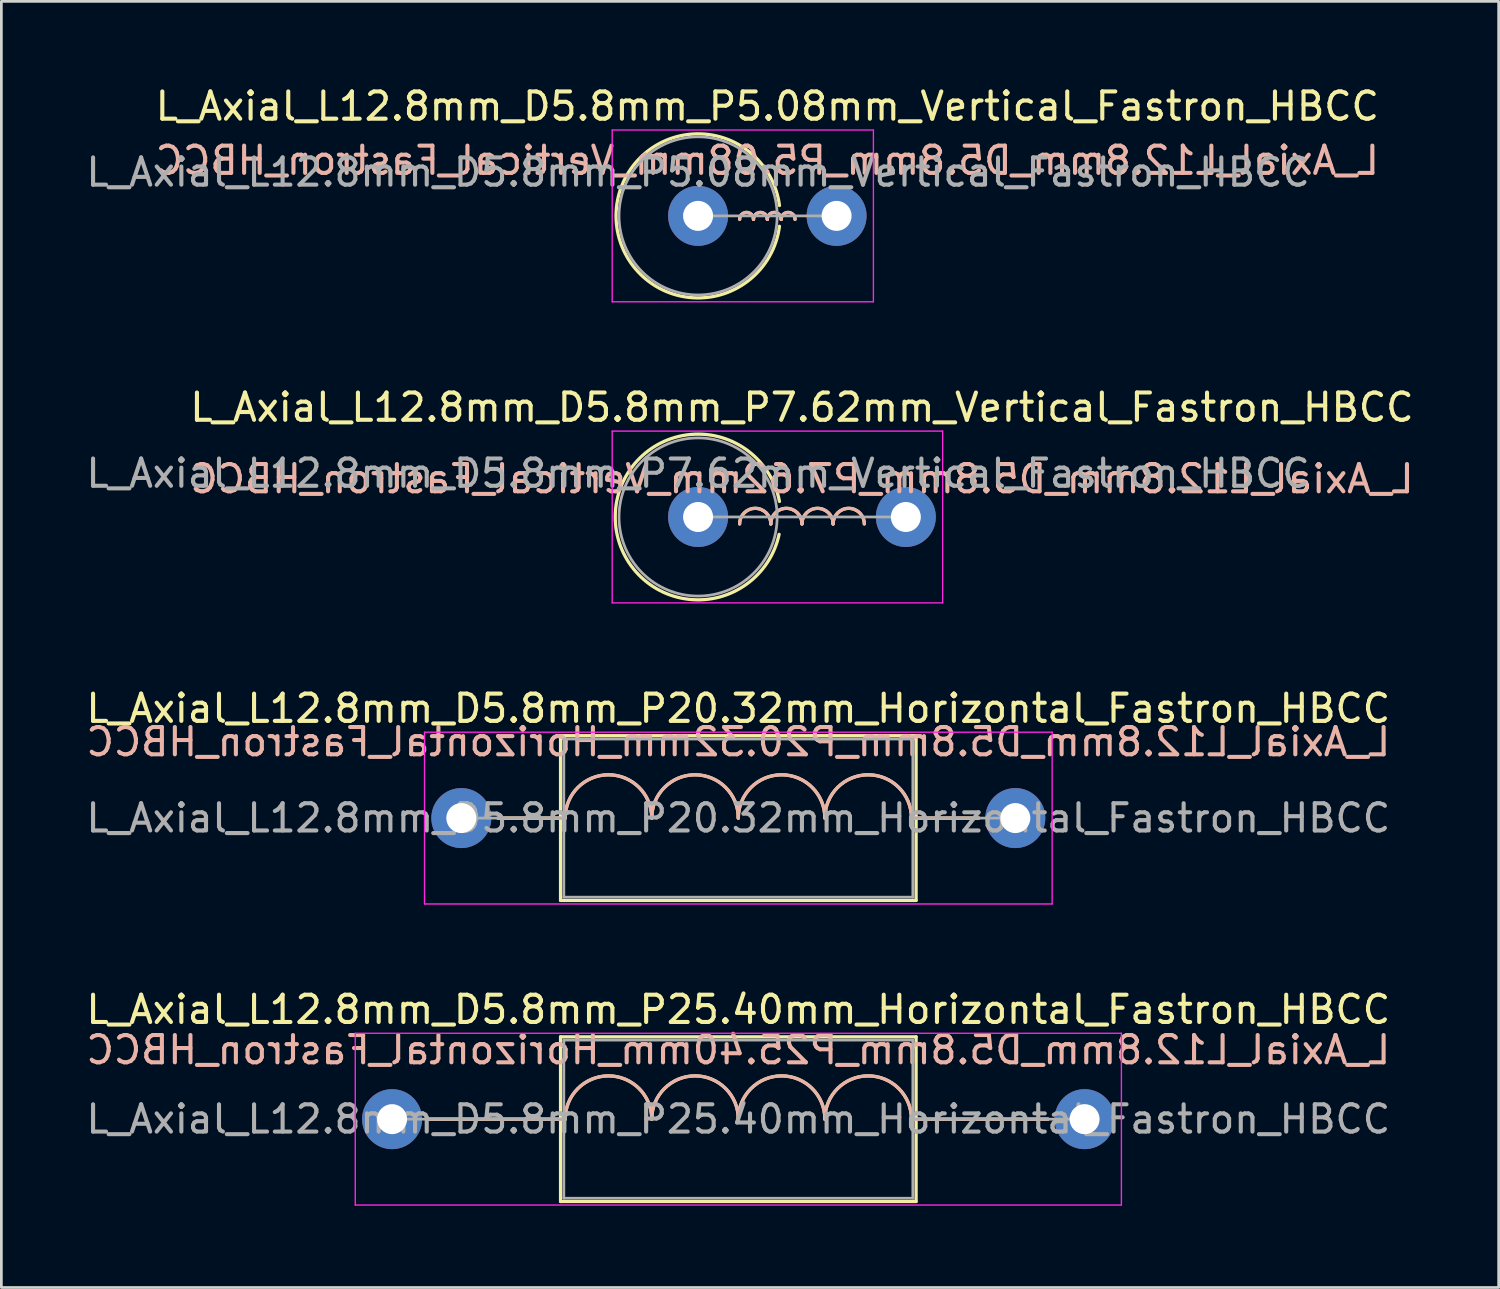
<source format=kicad_pcb>
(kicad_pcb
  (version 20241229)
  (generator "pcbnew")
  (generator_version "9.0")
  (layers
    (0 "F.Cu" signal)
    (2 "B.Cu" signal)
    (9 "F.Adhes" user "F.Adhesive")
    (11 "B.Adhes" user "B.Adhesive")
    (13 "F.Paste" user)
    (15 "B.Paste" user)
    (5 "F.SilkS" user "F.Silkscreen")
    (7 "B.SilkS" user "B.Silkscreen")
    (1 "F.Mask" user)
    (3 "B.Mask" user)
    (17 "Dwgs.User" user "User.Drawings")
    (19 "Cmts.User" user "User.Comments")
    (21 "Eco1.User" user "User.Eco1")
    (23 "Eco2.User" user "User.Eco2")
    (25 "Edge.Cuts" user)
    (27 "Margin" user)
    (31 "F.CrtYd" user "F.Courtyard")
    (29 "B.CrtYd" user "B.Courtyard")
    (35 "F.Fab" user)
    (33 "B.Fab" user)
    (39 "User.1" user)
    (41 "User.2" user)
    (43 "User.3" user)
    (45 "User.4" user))
  (footprint "L_Axial_L12.8mm_D5.8mm_P25.40mm_Horizontal_Fastron_HBCC"
    (layer "F.Cu")
    (at 11.33 37.998)
    (property "Reference" "L_Axial_L12.8mm_D5.8mm_P25.40mm_Horizontal_Fastron_HBCC" (at 12.7 -4.02 0) (layer "F.SilkS") (effects (font (size 1 1) (thickness 0.15))))
    (fp_line (start 1.34 0) (end 6.18 0) (stroke (width 0.12) (type solid)) (layer "F.SilkS"))
    (fp_line (start 6.18 -3.02) (end 6.18 3.02) (stroke (width 0.12) (type solid)) (layer "F.SilkS"))
    (fp_line (start 6.18 3.02) (end 19.22 3.02) (stroke (width 0.12) (type solid)) (layer "F.SilkS"))
    (fp_line (start 6.35 0) (end 6.16 0) (stroke (width 0.12) (type solid)) (layer "F.SilkS"))
    (fp_line (start 19.05 0) (end 19.22 0) (stroke (width 0.12) (type solid)) (layer "F.SilkS"))
    (fp_line (start 19.22 -3.02) (end 6.18 -3.02) (stroke (width 0.12) (type solid)) (layer "F.SilkS"))
    (fp_line (start 19.22 3.02) (end 19.22 -3.02) (stroke (width 0.12) (type solid)) (layer "F.SilkS"))
    (fp_line (start 24.06 0) (end 19.22 0) (stroke (width 0.12) (type solid)) (layer "F.SilkS"))
    (fp_arc (start 6.35 0) (mid 7.9375 -1.5875) (end 9.525 0) (stroke (width 0.12) (type solid)) (layer "F.SilkS"))
    (fp_arc (start 9.525 0) (mid 11.1125 -1.5875) (end 12.7 0) (stroke (width 0.12) (type solid)) (layer "F.SilkS"))
    (fp_arc (start 12.7 0) (mid 14.2875 -1.5875) (end 15.875 0) (stroke (width 0.12) (type solid)) (layer "F.SilkS"))
    (fp_arc (start 15.875 0) (mid 17.4625 -1.5875) (end 19.05 0) (stroke (width 0.12) (type solid)) (layer "F.SilkS"))
    (fp_line (start 1.34 0) (end 6.18 0) (stroke (width 0.12) (type solid)) (layer "B.SilkS"))
    (fp_line (start 6.35 0) (end 6.18 0) (stroke (width 0.12) (type solid)) (layer "B.SilkS"))
    (fp_line (start 19.05 0) (end 19.241 0) (stroke (width 0.12) (type solid)) (layer "B.SilkS"))
    (fp_line (start 24.06 0) (end 19.22 0) (stroke (width 0.12) (type solid)) (layer "B.SilkS"))
    (fp_arc (start 6.35 0) (mid 7.9375 -1.5875) (end 9.525 0) (stroke (width 0.12) (type solid)) (layer "B.SilkS"))
    (fp_arc (start 9.525 0) (mid 11.1125 -1.5875) (end 12.7 0) (stroke (width 0.12) (type solid)) (layer "B.SilkS"))
    (fp_arc (start 12.7 0) (mid 14.2875 -1.5875) (end 15.875 0) (stroke (width 0.12) (type solid)) (layer "B.SilkS"))
    (fp_arc (start 15.875 0) (mid 17.4625 -1.5875) (end 19.05 0) (stroke (width 0.12) (type solid)) (layer "B.SilkS"))
    (fp_line (start -1.35 -3.15) (end -1.35 3.15) (stroke (width 0.05) (type solid)) (layer "F.CrtYd"))
    (fp_line (start -1.35 3.15) (end 26.75 3.15) (stroke (width 0.05) (type solid)) (layer "F.CrtYd"))
    (fp_line (start 26.75 -3.15) (end -1.35 -3.15) (stroke (width 0.05) (type solid)) (layer "F.CrtYd"))
    (fp_line (start 26.75 3.15) (end 26.75 -3.15) (stroke (width 0.05) (type solid)) (layer "F.CrtYd"))
    (fp_line (start 0 0) (end 6.3 0) (stroke (width 0.1) (type solid)) (layer "F.Fab"))
    (fp_line (start 6.3 -2.9) (end 6.3 2.9) (stroke (width 0.1) (type solid)) (layer "F.Fab"))
    (fp_line (start 6.3 2.9) (end 19.1 2.9) (stroke (width 0.1) (type solid)) (layer "F.Fab"))
    (fp_line (start 19.1 -2.9) (end 6.3 -2.9) (stroke (width 0.1) (type solid)) (layer "F.Fab"))
    (fp_line (start 19.1 2.9) (end 19.1 -2.9) (stroke (width 0.1) (type solid)) (layer "F.Fab"))
    (fp_line (start 25.4 0) (end 19.1 0) (stroke (width 0.1) (type solid)) (layer "F.Fab"))
    (fp_text user "${REFERENCE}" (at 12.7 -2.54 0) (layer "B.SilkS") (effects (font (size 1 1) (thickness 0.15)) (justify mirror)))
    (fp_text user "${REFERENCE}" (at 12.7 0 0) (layer "F.Fab") (effects (font (size 1 1) (thickness 0.15))))
    (pad "1" thru_hole circle (at 0 0) (size 2.2 2.2) (drill 1.1) (layers "*.Cu" "*.Mask"))
    (pad "2" thru_hole oval (at 25.4 0) (size 2.2 2.2) (drill 1.1) (layers "*.Cu" "*.Mask")))
  (footprint "L_Axial_L12.8mm_D5.8mm_P20.32mm_Horizontal_Fastron_HBCC"
    (layer "F.Cu")
    (at 13.87 26.955)
    (property "Reference" "L_Axial_L12.8mm_D5.8mm_P20.32mm_Horizontal_Fastron_HBCC" (at 10.16 -4.02 0) (layer "F.SilkS") (effects (font (size 1 1) (thickness 0.15))))
    (fp_line (start 1.34 0) (end 3.64 0) (stroke (width 0.12) (type solid)) (layer "F.SilkS"))
    (fp_line (start 3.64 -3.02) (end 3.64 3.02) (stroke (width 0.12) (type solid)) (layer "F.SilkS"))
    (fp_line (start 3.64 3.02) (end 16.68 3.02) (stroke (width 0.12) (type solid)) (layer "F.SilkS"))
    (fp_line (start 3.81 0) (end 3.619 0) (stroke (width 0.12) (type solid)) (layer "F.SilkS"))
    (fp_line (start 16.51 0) (end 16.68 0) (stroke (width 0.12) (type solid)) (layer "F.SilkS"))
    (fp_line (start 16.68 -3.02) (end 3.64 -3.02) (stroke (width 0.12) (type solid)) (layer "F.SilkS"))
    (fp_line (start 16.68 3.02) (end 16.68 -3.02) (stroke (width 0.12) (type solid)) (layer "F.SilkS"))
    (fp_line (start 18.98 0) (end 16.68 0) (stroke (width 0.12) (type solid)) (layer "F.SilkS"))
    (fp_arc (start 3.81 0) (mid 5.3975 -1.5875) (end 6.985 0) (stroke (width 0.12) (type solid)) (layer "F.SilkS"))
    (fp_arc (start 6.985 0) (mid 8.5725 -1.5875) (end 10.16 0) (stroke (width 0.12) (type solid)) (layer "F.SilkS"))
    (fp_arc (start 10.16 0) (mid 11.7475 -1.5875) (end 13.335 0) (stroke (width 0.12) (type solid)) (layer "F.SilkS"))
    (fp_arc (start 13.335 0) (mid 14.9225 -1.5875) (end 16.51 0) (stroke (width 0.12) (type solid)) (layer "F.SilkS"))
    (fp_line (start 1.34 0) (end 3.64 0) (stroke (width 0.12) (type solid)) (layer "B.SilkS"))
    (fp_line (start 3.81 0) (end 3.64 0) (stroke (width 0.12) (type solid)) (layer "B.SilkS"))
    (fp_line (start 16.51 0) (end 16.701 0) (stroke (width 0.12) (type solid)) (layer "B.SilkS"))
    (fp_line (start 18.98 0) (end 16.68 0) (stroke (width 0.12) (type solid)) (layer "B.SilkS"))
    (fp_arc (start 3.81 0) (mid 5.3975 -1.5875) (end 6.985 0) (stroke (width 0.12) (type solid)) (layer "B.SilkS"))
    (fp_arc (start 6.985 0) (mid 8.5725 -1.5875) (end 10.16 0) (stroke (width 0.12) (type solid)) (layer "B.SilkS"))
    (fp_arc (start 10.16 0) (mid 11.7475 -1.5875) (end 13.335 0) (stroke (width 0.12) (type solid)) (layer "B.SilkS"))
    (fp_arc (start 13.335 0) (mid 14.9225 -1.5875) (end 16.51 0) (stroke (width 0.12) (type solid)) (layer "B.SilkS"))
    (fp_line (start -1.35 -3.15) (end -1.35 3.15) (stroke (width 0.05) (type solid)) (layer "F.CrtYd"))
    (fp_line (start -1.35 3.15) (end 21.67 3.15) (stroke (width 0.05) (type solid)) (layer "F.CrtYd"))
    (fp_line (start 21.67 -3.15) (end -1.35 -3.15) (stroke (width 0.05) (type solid)) (layer "F.CrtYd"))
    (fp_line (start 21.67 3.15) (end 21.67 -3.15) (stroke (width 0.05) (type solid)) (layer "F.CrtYd"))
    (fp_line (start 0 0) (end 3.76 0) (stroke (width 0.1) (type solid)) (layer "F.Fab"))
    (fp_line (start 3.76 -2.9) (end 3.76 2.9) (stroke (width 0.1) (type solid)) (layer "F.Fab"))
    (fp_line (start 3.76 2.9) (end 16.56 2.9) (stroke (width 0.1) (type solid)) (layer "F.Fab"))
    (fp_line (start 16.56 -2.9) (end 3.76 -2.9) (stroke (width 0.1) (type solid)) (layer "F.Fab"))
    (fp_line (start 16.56 2.9) (end 16.56 -2.9) (stroke (width 0.1) (type solid)) (layer "F.Fab"))
    (fp_line (start 20.32 0) (end 16.56 0) (stroke (width 0.1) (type solid)) (layer "F.Fab"))
    (fp_text user "${REFERENCE}" (at 10.16 -2.794 0) (layer "B.SilkS") (effects (font (size 1 1) (thickness 0.15)) (justify mirror)))
    (fp_text user "${REFERENCE}" (at 10.16 0 0) (layer "F.Fab") (effects (font (size 1 1) (thickness 0.15))))
    (pad "1" thru_hole circle (at 0 0) (size 2.2 2.2) (drill 1.1) (layers "*.Cu" "*.Mask"))
    (pad "2" thru_hole oval (at 20.32 0) (size 2.2 2.2) (drill 1.1) (layers "*.Cu" "*.Mask")))
  (footprint "L_Axial_L12.8mm_D5.8mm_P5.08mm_Vertical_Fastron_HBCC"
    (layer "F.Cu")
    (at 22.554 4.868)
    (property "Reference" "L_Axial_L12.8mm_D5.8mm_P5.08mm_Vertical_Fastron_HBCC" (at 2.54 -4.02 0) (layer "F.SilkS") (effects (font (size 1 1) (thickness 0.15))))
    (fp_arc (start 1.524 0.127) (mid 1.778 -0.127) (end 2.032 0.127) (stroke (width 0.12) (type solid)) (layer "F.SilkS"))
    (fp_arc (start 2.032 0.127) (mid 2.286 -0.127) (end 2.54 0.127) (stroke (width 0.12) (type solid)) (layer "F.SilkS"))
    (fp_arc (start 2.54 0.127) (mid 2.794 -0.127) (end 3.048 0.127) (stroke (width 0.12) (type solid)) (layer "F.SilkS"))
    (fp_arc (start 2.9845 0.381) (mid -3.008721 0) (end 2.9845 -0.381) (stroke (width 0.12) (type solid)) (layer "F.SilkS"))
    (fp_arc (start 3.048 0.127) (mid 3.302 -0.127) (end 3.556 0.127) (stroke (width 0.12) (type solid)) (layer "F.SilkS"))
    (fp_arc (start 1.524 0.127) (mid 1.778 -0.127) (end 2.032 0.127) (stroke (width 0.12) (type solid)) (layer "B.SilkS"))
    (fp_arc (start 2.032 0.127) (mid 2.286 -0.127) (end 2.54 0.127) (stroke (width 0.12) (type solid)) (layer "B.SilkS"))
    (fp_arc (start 2.54 0.127) (mid 2.794 -0.127) (end 3.048 0.127) (stroke (width 0.12) (type solid)) (layer "B.SilkS"))
    (fp_arc (start 3.048 0.127) (mid 3.302 -0.127) (end 3.556 0.127) (stroke (width 0.12) (type solid)) (layer "B.SilkS"))
    (fp_line (start -3.15 -3.15) (end -3.15 3.15) (stroke (width 0.05) (type solid)) (layer "F.CrtYd"))
    (fp_line (start -3.15 3.15) (end 6.43 3.15) (stroke (width 0.05) (type solid)) (layer "F.CrtYd"))
    (fp_line (start 6.43 -3.15) (end -3.15 -3.15) (stroke (width 0.05) (type solid)) (layer "F.CrtYd"))
    (fp_line (start 6.43 3.15) (end 6.43 -3.15) (stroke (width 0.05) (type solid)) (layer "F.CrtYd"))
    (fp_line (start 0 0) (end 5.08 0) (stroke (width 0.1) (type solid)) (layer "F.Fab"))
    (fp_circle (center 0 0) (end 2.9 0) (stroke (width 0.1) (type solid)) (fill no) (layer "F.Fab"))
    (fp_text user "${REFERENCE}" (at 2.54 -2.032 0) (layer "B.SilkS") (effects (font (size 1 1) (thickness 0.15)) (justify mirror)))
    (fp_text user "${REFERENCE}" (at 0 -1.6 0) (layer "F.Fab") (effects (font (size 1 1) (thickness 0.15))))
    (pad "1" thru_hole circle (at 0 0) (size 2.2 2.2) (drill 1.1) (layers "*.Cu" "*.Mask"))
    (pad "2" thru_hole oval (at 5.08 0) (size 2.2 2.2) (drill 1.1) (layers "*.Cu" "*.Mask")))
  (footprint "L_Axial_L12.8mm_D5.8mm_P7.62mm_Vertical_Fastron_HBCC"
    (layer "F.Cu")
    (at 22.554 15.912)
    (property "Reference" "L_Axial_L12.8mm_D5.8mm_P7.62mm_Vertical_Fastron_HBCC" (at 3.81 -4.02 0) (layer "F.SilkS") (effects (font (size 1 1) (thickness 0.15))))
    (fp_arc (start 1.524 0.254) (mid 2.0955 -0.3175) (end 2.667 0.254) (stroke (width 0.12) (type solid)) (layer "F.SilkS"))
    (fp_arc (start 2.667 0.254) (mid 3.2385 -0.3175) (end 3.81 0.254) (stroke (width 0.12) (type solid)) (layer "F.SilkS"))
    (fp_arc (start 2.971329 0.636439) (mid -3.038545 -0.033133) (end 2.9845 -0.5715) (stroke (width 0.12) (type solid)) (layer "F.SilkS"))
    (fp_arc (start 3.81 0.254) (mid 4.3815 -0.3175) (end 4.953 0.254) (stroke (width 0.12) (type solid)) (layer "F.SilkS"))
    (fp_arc (start 4.953 0.254) (mid 5.5245 -0.3175) (end 6.096 0.254) (stroke (width 0.12) (type solid)) (layer "F.SilkS"))
    (fp_arc (start 1.524 0.254) (mid 2.0955 -0.3175) (end 2.667 0.254) (stroke (width 0.12) (type solid)) (layer "B.SilkS"))
    (fp_arc (start 2.667 0.254) (mid 3.2385 -0.3175) (end 3.81 0.254) (stroke (width 0.12) (type solid)) (layer "B.SilkS"))
    (fp_arc (start 3.81 0.254) (mid 4.3815 -0.3175) (end 4.953 0.254) (stroke (width 0.12) (type solid)) (layer "B.SilkS"))
    (fp_arc (start 4.953 0.254) (mid 5.5245 -0.3175) (end 6.096 0.254) (stroke (width 0.12) (type solid)) (layer "B.SilkS"))
    (fp_line (start -3.15 -3.15) (end -3.15 3.15) (stroke (width 0.05) (type solid)) (layer "F.CrtYd"))
    (fp_line (start -3.15 3.15) (end 8.97 3.15) (stroke (width 0.05) (type solid)) (layer "F.CrtYd"))
    (fp_line (start 8.97 -3.15) (end -3.15 -3.15) (stroke (width 0.05) (type solid)) (layer "F.CrtYd"))
    (fp_line (start 8.97 3.15) (end 8.97 -3.15) (stroke (width 0.05) (type solid)) (layer "F.CrtYd"))
    (fp_line (start 0 0) (end 7.62 0) (stroke (width 0.1) (type solid)) (layer "F.Fab"))
    (fp_circle (center 0 0) (end 2.9 0) (stroke (width 0.1) (type solid)) (fill no) (layer "F.Fab"))
    (fp_text user "${REFERENCE}" (at 3.81 -1.397 0) (layer "B.SilkS") (effects (font (size 1 1) (thickness 0.15)) (justify mirror)))
    (fp_text user "${REFERENCE}" (at 0 -1.6 0) (layer "F.Fab") (effects (font (size 1 1) (thickness 0.15))))
    (pad "1" thru_hole circle (at 0 0) (size 2.2 2.2) (drill 1.1) (layers "*.Cu" "*.Mask"))
    (pad "2" thru_hole oval (at 7.62 0) (size 2.2 2.2) (drill 1.1) (layers "*.Cu" "*.Mask")))
  (gr_rect
    (start -3 -3)
    (end 51.917 44.173)
    (stroke (width 0.1) (type default))
    (fill no)
    (layer "Edge.Cuts")))
</source>
